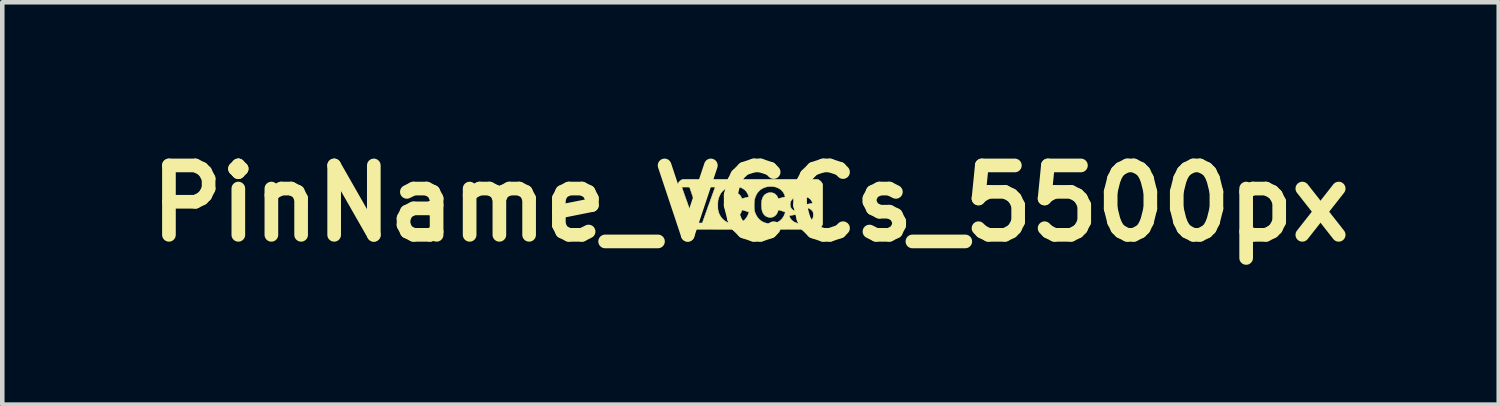
<source format=kicad_pcb>
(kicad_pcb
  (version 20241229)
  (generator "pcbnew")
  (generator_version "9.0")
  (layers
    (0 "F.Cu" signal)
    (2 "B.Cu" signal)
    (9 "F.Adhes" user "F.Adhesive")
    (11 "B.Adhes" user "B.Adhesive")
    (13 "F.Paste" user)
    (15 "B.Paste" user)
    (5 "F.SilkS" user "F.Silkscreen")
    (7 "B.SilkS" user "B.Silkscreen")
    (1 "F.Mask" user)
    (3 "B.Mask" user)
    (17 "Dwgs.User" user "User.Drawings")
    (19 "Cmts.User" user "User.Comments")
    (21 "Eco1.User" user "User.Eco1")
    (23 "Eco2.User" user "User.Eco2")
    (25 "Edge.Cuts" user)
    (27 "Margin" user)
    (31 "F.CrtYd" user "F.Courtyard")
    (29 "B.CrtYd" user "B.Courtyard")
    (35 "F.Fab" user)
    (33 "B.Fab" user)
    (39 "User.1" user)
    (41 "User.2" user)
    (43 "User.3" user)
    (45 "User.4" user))
  (footprint "PinName_VCCs_5500px"
    (layer "F.Cu")
    (at 13.433 1.418)
    (property "Reference" "PinName_VCCs_5500px" (at 0 0 0) (layer "F.SilkS") (effects (font (size 1.524 1.524) (thickness 0.3))))
    (attr through_hole)
    (fp_poly (pts (xy 1.502 -0.516) (xy 1.531 -0.496) (xy 1.557 -0.469) (xy 1.573 -0.442) (xy 1.586 -0.418) (xy 1.586 0.455) (xy 1.575 0.477) (xy 1.566 0.493) (xy 1.557 0.508) (xy 1.552 0.514) (xy 1.537 0.528) (xy 1.516 0.543) (xy 1.493 0.555) (xy 1.475 0.563) (xy 1.471 0.563) (xy 1.463 0.564) (xy 1.45 0.564) (xy 1.432 0.565) (xy 1.41 0.565) (xy 1.382 0.565) (xy 1.349 0.566) (xy 1.31 0.566) (xy 1.265 0.566) (xy 1.214 0.567) (xy 1.156 0.567) (xy 1.092 0.567) (xy 1.022 0.567) (xy 0.944 0.567) (xy 0.858 0.567) (xy 0.766 0.568) (xy 0.665 0.568) (xy 0.557 0.568) (xy 0.44 0.568) (xy 0.315 0.568) (xy 0.181 0.568) (xy 0.038 0.568) (xy -0.012 0.568) (xy -0.15 0.568) (xy -0.279 0.568) (xy -0.4 0.568) (xy -0.512 0.568) (xy -0.616 0.568) (xy -0.713 0.568) (xy -0.802 0.568) (xy -0.884 0.567) (xy -0.959 0.567) (xy -1.028 0.567) (xy -1.09 0.567) (xy -1.147 0.567) (xy -1.198 0.567) (xy -1.243 0.567) (xy -1.284 0.566) (xy -1.32 0.566) (xy -1.352 0.566) (xy -1.379 0.566) (xy -1.403 0.565) (xy -1.423 0.565) (xy -1.44 0.565) (xy -1.455 0.564) (xy -1.466 0.564) (xy -1.476 0.563) (xy -1.483 0.562) (xy -1.489 0.562) (xy -1.494 0.561) (xy -1.497 0.56) (xy -1.5 0.56) (xy -1.502 0.559) (xy -1.503 0.559) (xy -1.537 0.542) (xy -1.563 0.52) (xy -1.575 0.505) (xy -1.579 0.498) (xy -1.583 0.491) (xy -1.587 0.485) (xy -1.59 0.479) (xy -1.593 0.471) (xy -1.595 0.462) (xy -1.597 0.45) (xy -1.598 0.436) (xy -1.6 0.418) (xy -1.601 0.396) (xy -1.601 0.369) (xy -1.602 0.338) (xy -1.602 0.3) (xy -1.602 0.257) (xy -1.602 0.206) (xy -1.602 0.148) (xy -1.602 0.081) (xy -1.601 0.011) (xy -1.6 -0.354) (xy -1.509 -0.354) (xy -1.507 -0.349) (xy -1.502 -0.336) (xy -1.495 -0.316) (xy -1.485 -0.288) (xy -1.473 -0.255) (xy -1.459 -0.216) (xy -1.444 -0.172) (xy -1.426 -0.123) (xy -1.408 -0.072) (xy -1.388 -0.017) (xy -1.372 0.03) (xy -1.351 0.087) (xy -1.332 0.141) (xy -1.314 0.193) (xy -1.296 0.241) (xy -1.281 0.284) (xy -1.267 0.323) (xy -1.255 0.356) (xy -1.246 0.383) (xy -1.239 0.403) (xy -1.234 0.415) (xy -1.233 0.419) (xy -1.231 0.423) (xy -1.228 0.425) (xy -1.223 0.427) (xy -1.215 0.428) (xy -1.201 0.429) (xy -1.182 0.429) (xy -1.154 0.429) (xy -1.144 0.429) (xy -1.059 0.429) (xy -0.931 0.07) (xy -0.92 0.042) (xy -0.718 0.042) (xy -0.718 0.074) (xy -0.717 0.1) (xy -0.716 0.12) (xy -0.714 0.137) (xy -0.711 0.153) (xy -0.707 0.169) (xy -0.689 0.225) (xy -0.663 0.276) (xy -0.631 0.322) (xy -0.593 0.36) (xy -0.549 0.393) (xy -0.5 0.418) (xy -0.446 0.435) (xy -0.418 0.44) (xy -0.402 0.442) (xy -0.38 0.442) (xy -0.353 0.441) (xy -0.326 0.44) (xy -0.299 0.438) (xy -0.277 0.435) (xy -0.261 0.432) (xy -0.21 0.414) (xy -0.165 0.389) (xy -0.125 0.357) (xy -0.092 0.317) (xy -0.064 0.27) (xy -0.044 0.221) (xy -0.033 0.189) (xy -0.106 0.166) (xy -0.13 0.159) (xy -0.152 0.152) (xy -0.169 0.147) (xy -0.18 0.144) (xy -0.183 0.143) (xy -0.187 0.147) (xy -0.191 0.158) (xy -0.196 0.17) (xy -0.212 0.211) (xy -0.234 0.245) (xy -0.26 0.272) (xy -0.291 0.292) (xy -0.326 0.304) (xy -0.363 0.308) (xy -0.395 0.305) (xy -0.435 0.294) (xy -0.469 0.275) (xy -0.498 0.248) (xy -0.522 0.214) (xy -0.54 0.174) (xy -0.548 0.143) (xy -0.552 0.119) (xy -0.555 0.089) (xy -0.556 0.055) (xy -0.556 0.037) (xy 0.081 0.037) (xy 0.081 0.042) (xy 0.082 0.083) (xy 0.083 0.117) (xy 0.086 0.146) (xy 0.091 0.171) (xy 0.097 0.194) (xy 0.107 0.218) (xy 0.119 0.245) (xy 0.122 0.252) (xy 0.151 0.301) (xy 0.187 0.344) (xy 0.228 0.379) (xy 0.274 0.407) (xy 0.327 0.428) (xy 0.373 0.439) (xy 0.395 0.441) (xy 0.424 0.442) (xy 0.455 0.441) (xy 0.487 0.439) (xy 0.517 0.435) (xy 0.541 0.431) (xy 0.545 0.429) (xy 0.595 0.411) (xy 0.639 0.385) (xy 0.678 0.352) (xy 0.71 0.312) (xy 0.721 0.294) (xy 0.733 0.273) (xy 0.735 0.269) (xy 0.852 0.269) (xy 0.852 0.274) (xy 0.855 0.285) (xy 0.859 0.295) (xy 0.879 0.335) (xy 0.907 0.368) (xy 0.941 0.396) (xy 0.981 0.418) (xy 1.028 0.433) (xy 1.055 0.439) (xy 1.077 0.441) (xy 1.105 0.441) (xy 1.137 0.441) (xy 1.168 0.439) (xy 1.196 0.436) (xy 1.219 0.433) (xy 1.223 0.432) (xy 1.265 0.418) (xy 1.302 0.397) (xy 1.334 0.37) (xy 1.359 0.339) (xy 1.365 0.327) (xy 1.371 0.316) (xy 1.375 0.305) (xy 1.377 0.293) (xy 1.378 0.278) (xy 1.379 0.256) (xy 1.379 0.252) (xy 1.378 0.228) (xy 1.377 0.211) (xy 1.375 0.199) (xy 1.372 0.188) (xy 1.367 0.179) (xy 1.353 0.158) (xy 1.334 0.139) (xy 1.309 0.122) (xy 1.278 0.106) (xy 1.238 0.092) (xy 1.191 0.078) (xy 1.172 0.073) (xy 1.129 0.063) (xy 1.094 0.053) (xy 1.067 0.045) (xy 1.046 0.038) (xy 1.031 0.03) (xy 1.021 0.023) (xy 1.015 0.016) (xy 1.012 0.007) (xy 1.011 0) (xy 1.016 -0.016) (xy 1.028 -0.029) (xy 1.049 -0.039) (xy 1.076 -0.044) (xy 1.108 -0.046) (xy 1.142 -0.044) (xy 1.169 -0.038) (xy 1.19 -0.026) (xy 1.207 -0.009) (xy 1.214 0.004) (xy 1.223 0.022) (xy 1.291 0.009) (xy 1.315 0.004) (xy 1.335 0.000291) (xy 1.35 -0.003) (xy 1.359 -0.005) (xy 1.36 -0.006) (xy 1.361 -0.012) (xy 1.357 -0.023) (xy 1.351 -0.038) (xy 1.343 -0.053) (xy 1.335 -0.066) (xy 1.313 -0.093) (xy 1.288 -0.114) (xy 1.258 -0.131) (xy 1.224 -0.143) (xy 1.183 -0.15) (xy 1.135 -0.153) (xy 1.113 -0.153) (xy 1.062 -0.151) (xy 1.019 -0.145) (xy 0.982 -0.135) (xy 0.951 -0.12) (xy 0.925 -0.1) (xy 0.916 -0.091) (xy 0.893 -0.062) (xy 0.879 -0.031) (xy 0.872 0.003) (xy 0.872 0.015) (xy 0.873 0.046) (xy 0.879 0.072) (xy 0.889 0.096) (xy 0.896 0.107) (xy 0.908 0.123) (xy 0.923 0.137) (xy 0.942 0.15) (xy 0.966 0.162) (xy 0.995 0.174) (xy 1.031 0.186) (xy 1.074 0.199) (xy 1.117 0.21) (xy 1.149 0.218) (xy 1.174 0.224) (xy 1.192 0.23) (xy 1.204 0.234) (xy 1.213 0.238) (xy 1.219 0.242) (xy 1.224 0.247) (xy 1.226 0.25) (xy 1.232 0.267) (xy 1.231 0.285) (xy 1.222 0.301) (xy 1.206 0.316) (xy 1.199 0.319) (xy 1.182 0.326) (xy 1.158 0.33) (xy 1.131 0.332) (xy 1.105 0.332) (xy 1.081 0.33) (xy 1.073 0.328) (xy 1.051 0.318) (xy 1.031 0.302) (xy 1.015 0.282) (xy 1.006 0.264) (xy 1.002 0.252) (xy 0.999 0.246) (xy 0.998 0.245) (xy 0.99 0.246) (xy 0.976 0.248) (xy 0.957 0.251) (xy 0.935 0.254) (xy 0.913 0.258) (xy 0.891 0.261) (xy 0.873 0.265) (xy 0.859 0.267) (xy 0.852 0.269) (xy 0.852 0.269) (xy 0.735 0.269) (xy 0.743 0.251) (xy 0.752 0.23) (xy 0.758 0.212) (xy 0.761 0.198) (xy 0.76 0.19) (xy 0.76 0.19) (xy 0.754 0.187) (xy 0.742 0.183) (xy 0.724 0.176) (xy 0.703 0.169) (xy 0.681 0.162) (xy 0.659 0.155) (xy 0.64 0.15) (xy 0.626 0.145) (xy 0.617 0.143) (xy 0.616 0.143) (xy 0.612 0.147) (xy 0.607 0.158) (xy 0.602 0.173) (xy 0.601 0.175) (xy 0.584 0.215) (xy 0.562 0.248) (xy 0.534 0.275) (xy 0.503 0.294) (xy 0.467 0.305) (xy 0.429 0.308) (xy 0.404 0.305) (xy 0.364 0.294) (xy 0.331 0.277) (xy 0.303 0.252) (xy 0.279 0.219) (xy 0.261 0.18) (xy 0.253 0.153) (xy 0.249 0.13) (xy 0.245 0.1) (xy 0.243 0.066) (xy 0.242 0.03) (xy 0.243 -0.005) (xy 0.245 -0.038) (xy 0.248 -0.066) (xy 0.251 -0.08) (xy 0.266 -0.124) (xy 0.286 -0.161) (xy 0.313 -0.192) (xy 0.345 -0.214) (xy 0.382 -0.23) (xy 0.398 -0.234) (xy 0.439 -0.238) (xy 0.477 -0.234) (xy 0.513 -0.223) (xy 0.545 -0.203) (xy 0.571 -0.177) (xy 0.591 -0.147) (xy 0.598 -0.132) (xy 0.603 -0.119) (xy 0.605 -0.112) (xy 0.606 -0.107) (xy 0.607 -0.106) (xy 0.612 -0.107) (xy 0.625 -0.11) (xy 0.643 -0.114) (xy 0.664 -0.119) (xy 0.687 -0.125) (xy 0.709 -0.131) (xy 0.729 -0.136) (xy 0.746 -0.14) (xy 0.757 -0.143) (xy 0.76 -0.144) (xy 0.76 -0.15) (xy 0.757 -0.161) (xy 0.751 -0.177) (xy 0.745 -0.194) (xy 0.738 -0.21) (xy 0.734 -0.217) (xy 0.709 -0.258) (xy 0.676 -0.293) (xy 0.638 -0.322) (xy 0.594 -0.345) (xy 0.545 -0.362) (xy 0.492 -0.371) (xy 0.436 -0.373) (xy 0.425 -0.372) (xy 0.385 -0.369) (xy 0.35 -0.363) (xy 0.317 -0.353) (xy 0.283 -0.339) (xy 0.273 -0.334) (xy 0.251 -0.323) (xy 0.234 -0.312) (xy 0.217 -0.3) (xy 0.199 -0.283) (xy 0.189 -0.273) (xy 0.17 -0.253) (xy 0.156 -0.237) (xy 0.145 -0.221) (xy 0.134 -0.201) (xy 0.125 -0.184) (xy 0.111 -0.154) (xy 0.101 -0.127) (xy 0.093 -0.1) (xy 0.087 -0.072) (xy 0.084 -0.042) (xy 0.082 -0.006) (xy 0.081 0.037) (xy -0.556 0.037) (xy -0.556 0.02) (xy -0.555 -0.015) (xy -0.553 -0.045) (xy -0.549 -0.07) (xy -0.548 -0.076) (xy -0.536 -0.114) (xy -0.521 -0.146) (xy -0.502 -0.173) (xy -0.494 -0.182) (xy -0.466 -0.207) (xy -0.434 -0.224) (xy -0.396 -0.235) (xy -0.391 -0.236) (xy -0.352 -0.238) (xy -0.314 -0.233) (xy -0.279 -0.22) (xy -0.249 -0.199) (xy -0.223 -0.172) (xy -0.207 -0.145) (xy -0.2 -0.13) (xy -0.196 -0.118) (xy -0.194 -0.112) (xy -0.194 -0.109) (xy -0.194 -0.108) (xy -0.192 -0.107) (xy -0.186 -0.108) (xy -0.177 -0.11) (xy -0.161 -0.113) (xy -0.139 -0.118) (xy -0.122 -0.123) (xy -0.092 -0.13) (xy -0.07 -0.135) (xy -0.055 -0.139) (xy -0.045 -0.142) (xy -0.04 -0.145) (xy -0.038 -0.148) (xy -0.038 -0.151) (xy -0.039 -0.155) (xy -0.039 -0.156) (xy -0.045 -0.173) (xy -0.054 -0.195) (xy -0.066 -0.218) (xy -0.079 -0.241) (xy -0.091 -0.26) (xy -0.096 -0.266) (xy -0.127 -0.298) (xy -0.165 -0.325) (xy -0.209 -0.347) (xy -0.257 -0.362) (xy -0.309 -0.371) (xy -0.363 -0.373) (xy -0.373 -0.373) (xy -0.418 -0.368) (xy -0.459 -0.36) (xy -0.496 -0.347) (xy -0.52 -0.337) (xy -0.567 -0.31) (xy -0.608 -0.276) (xy -0.643 -0.235) (xy -0.672 -0.187) (xy -0.695 -0.133) (xy -0.712 -0.072) (xy -0.715 -0.054) (xy -0.716 -0.028) (xy -0.718 0.004) (xy -0.718 0.042) (xy -0.92 0.042) (xy -0.911 0.014) (xy -0.891 -0.04) (xy -0.873 -0.092) (xy -0.855 -0.14) (xy -0.839 -0.185) (xy -0.825 -0.224) (xy -0.813 -0.258) (xy -0.803 -0.286) (xy -0.795 -0.308) (xy -0.79 -0.321) (xy -0.789 -0.324) (xy -0.776 -0.36) (xy -0.945 -0.36) (xy -1.041 -0.068) (xy -1.063 -0.003) (xy -1.082 0.054) (xy -1.098 0.103) (xy -1.112 0.142) (xy -1.123 0.173) (xy -1.131 0.196) (xy -1.137 0.21) (xy -1.14 0.217) (xy -1.141 0.217) (xy -1.143 0.211) (xy -1.148 0.198) (xy -1.155 0.177) (xy -1.165 0.15) (xy -1.176 0.117) (xy -1.189 0.079) (xy -1.204 0.037) (xy -1.219 -0.008) (xy -1.236 -0.056) (xy -1.239 -0.067) (xy -1.256 -0.116) (xy -1.272 -0.162) (xy -1.286 -0.205) (xy -1.3 -0.244) (xy -1.311 -0.278) (xy -1.321 -0.306) (xy -1.329 -0.329) (xy -1.334 -0.344) (xy -1.337 -0.352) (xy -1.337 -0.352) (xy -1.339 -0.355) (xy -1.343 -0.357) (xy -1.35 -0.359) (xy -1.362 -0.359) (xy -1.38 -0.36) (xy -1.405 -0.36) (xy -1.426 -0.36) (xy -1.457 -0.36) (xy -1.48 -0.36) (xy -1.496 -0.359) (xy -1.505 -0.358) (xy -1.509 -0.356) (xy -1.509 -0.354) (xy -1.6 -0.354) (xy -1.6 -0.418) (xy -1.588 -0.443) (xy -1.568 -0.475) (xy -1.541 -0.501) (xy -1.515 -0.517) (xy -1.489 -0.529) (xy 1.476 -0.529) (xy 1.502 -0.516)) (stroke (width 0.01) (type solid)) (fill yes) (layer "F.SilkS")))
  (gr_rect
    (start -3 -3)
    (end 29.866 5.836)
    (stroke (width 0.1) (type default))
    (fill no)
    (layer "Edge.Cuts")))
</source>
